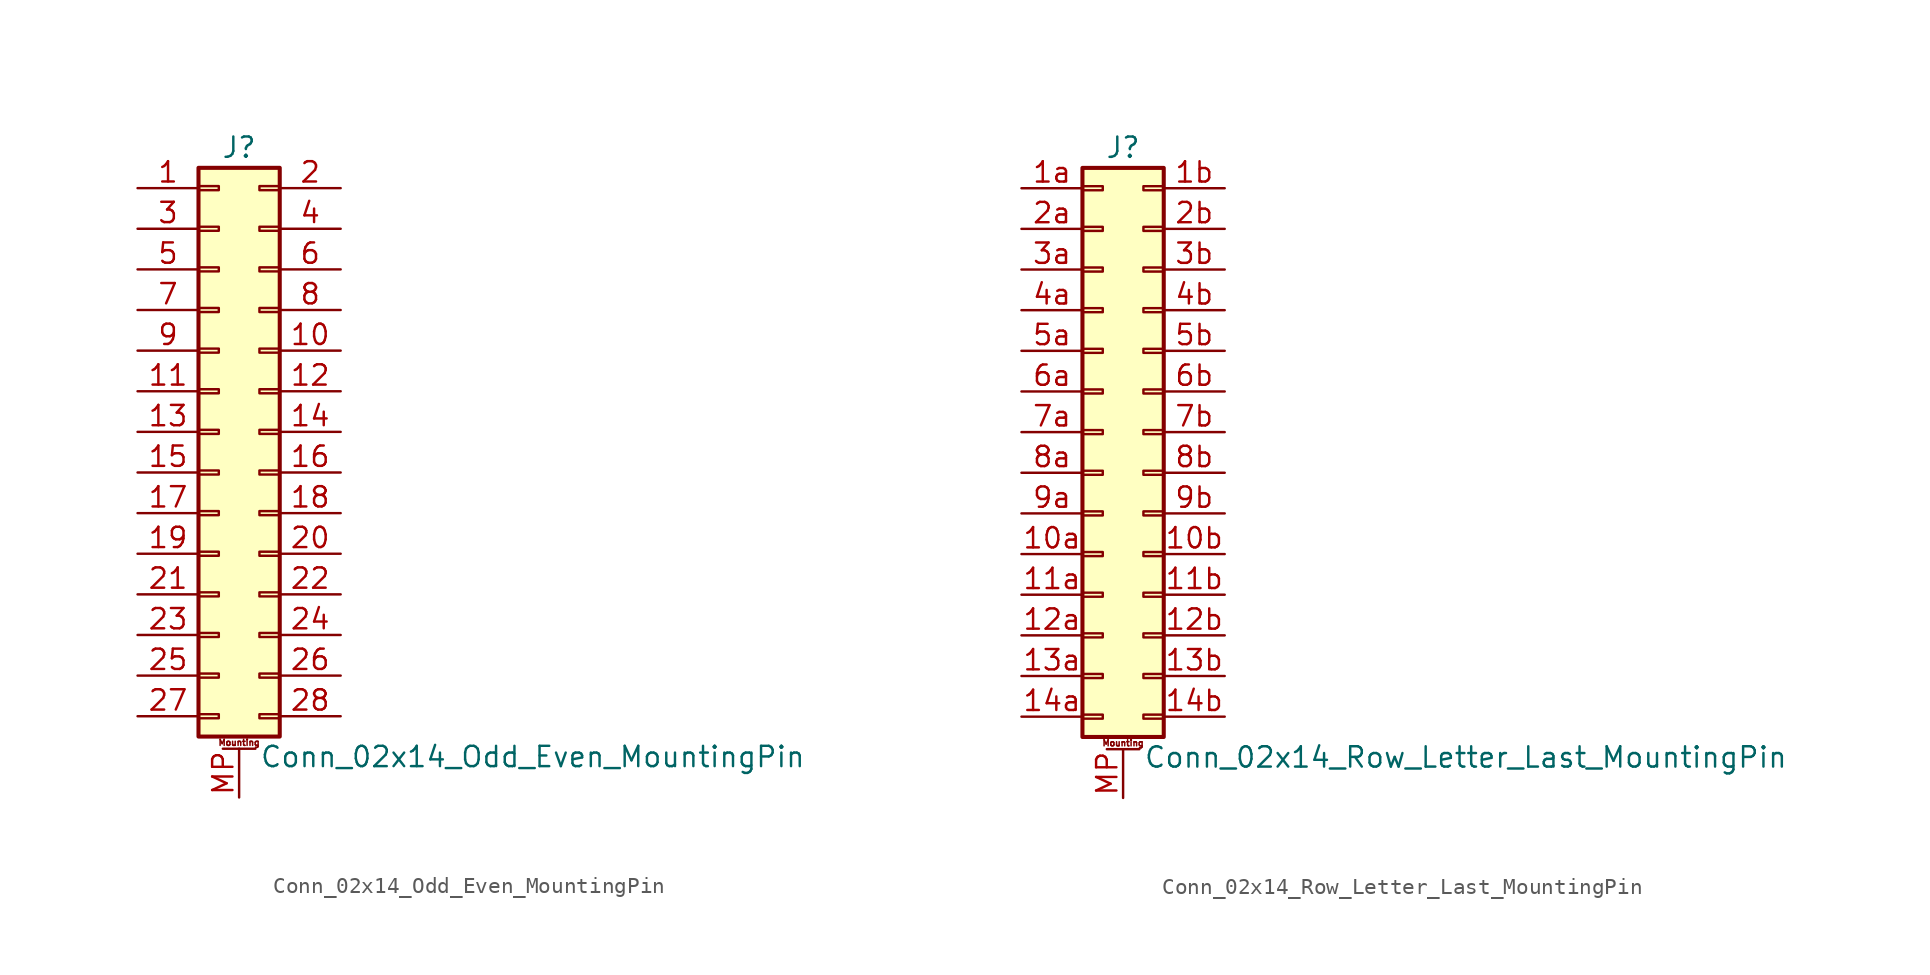
<source format=kicad_sym>
(kicad_symbol_lib
  (version 20201005)
  (generator kicad_symbol_editor)
  (symbol "Conn_02x14_Odd_Even_MountingPin"
    (pin_names
      (offset 1.016) hide)
    (property "Reference" "J"
      (at 1.27 17.78 0)
      (effects (font (size 1.27 1.27))))
    (property "Value" "Conn_02x14_Odd_Even_MountingPin"
      (at 2.54 -20.32 0)
      (effects (font (size 1.27 1.27)) (justify left)))
    (symbol "Conn_02x14_Odd_Even_MountingPin_1_1"
      (text "Mounting" (at 1.27 -19.431 0) (effects (font (size 0.381 0.381))))
      (rectangle (start -1.27 -17.653) (end 0 -17.907) (stroke (width 0.152)) (fill (type none)))
      (rectangle (start -1.27 -15.113) (end 0 -15.367) (stroke (width 0.152)) (fill (type none)))
      (rectangle (start -1.27 -12.573) (end 0 -12.827) (stroke (width 0.152)) (fill (type none)))
      (rectangle (start -1.27 -10.033) (end 0 -10.287) (stroke (width 0.152)) (fill (type none)))
      (rectangle (start -1.27 -7.493) (end 0 -7.747) (stroke (width 0.152)) (fill (type none)))
      (rectangle (start -1.27 -4.953) (end 0 -5.207) (stroke (width 0.152)) (fill (type none)))
      (rectangle (start -1.27 -2.413) (end 0 -2.667) (stroke (width 0.152)) (fill (type none)))
      (rectangle (start -1.27 0.127) (end 0 -0.127) (stroke (width 0.152)) (fill (type none)))
      (rectangle (start -1.27 2.667) (end 0 2.413) (stroke (width 0.152)) (fill (type none)))
      (rectangle (start -1.27 5.207) (end 0 4.953) (stroke (width 0.152)) (fill (type none)))
      (rectangle (start -1.27 7.747) (end 0 7.493) (stroke (width 0.152)) (fill (type none)))
      (rectangle (start -1.27 10.287) (end 0 10.033) (stroke (width 0.152)) (fill (type none)))
      (rectangle (start -1.27 12.827) (end 0 12.573) (stroke (width 0.152)) (fill (type none)))
      (rectangle (start -1.27 15.367) (end 0 15.113) (stroke (width 0.152)) (fill (type none)))
      (rectangle (start -1.27 16.51) (end 3.81 -19.05) (stroke (width 0.254)) (fill (type background)))
      (rectangle (start 3.81 -17.653) (end 2.54 -17.907) (stroke (width 0.152)) (fill (type none)))
      (rectangle (start 3.81 -15.113) (end 2.54 -15.367) (stroke (width 0.152)) (fill (type none)))
      (rectangle (start 3.81 -12.573) (end 2.54 -12.827) (stroke (width 0.152)) (fill (type none)))
      (rectangle (start 3.81 -10.033) (end 2.54 -10.287) (stroke (width 0.152)) (fill (type none)))
      (rectangle (start 3.81 -7.493) (end 2.54 -7.747) (stroke (width 0.152)) (fill (type none)))
      (rectangle (start 3.81 -4.953) (end 2.54 -5.207) (stroke (width 0.152)) (fill (type none)))
      (rectangle (start 3.81 -2.413) (end 2.54 -2.667) (stroke (width 0.152)) (fill (type none)))
      (rectangle (start 3.81 0.127) (end 2.54 -0.127) (stroke (width 0.152)) (fill (type none)))
      (rectangle (start 3.81 2.667) (end 2.54 2.413) (stroke (width 0.152)) (fill (type none)))
      (rectangle (start 3.81 5.207) (end 2.54 4.953) (stroke (width 0.152)) (fill (type none)))
      (rectangle (start 3.81 7.747) (end 2.54 7.493) (stroke (width 0.152)) (fill (type none)))
      (rectangle (start 3.81 10.287) (end 2.54 10.033) (stroke (width 0.152)) (fill (type none)))
      (rectangle (start 3.81 12.827) (end 2.54 12.573) (stroke (width 0.152)) (fill (type none)))
      (rectangle (start 3.81 15.367) (end 2.54 15.113) (stroke (width 0.152)) (fill (type none)))
      (polyline (pts (xy 0.254 -19.812) (xy 2.286 -19.812)) (stroke (width 0.152)) (fill (type none)))
      (pin passive line (at -5.08 15.24 0) (length 3.81) (name "Pin_1" (effects (font (size 1.27 1.27)))) (number "1" (effects (font (size 1.27 1.27)))))
      (pin passive line (at 7.62 5.08 180) (length 3.81) (name "Pin_10" (effects (font (size 1.27 1.27)))) (number "10" (effects (font (size 1.27 1.27)))))
      (pin passive line (at -5.08 2.54 0) (length 3.81) (name "Pin_11" (effects (font (size 1.27 1.27)))) (number "11" (effects (font (size 1.27 1.27)))))
      (pin passive line (at 7.62 2.54 180) (length 3.81) (name "Pin_12" (effects (font (size 1.27 1.27)))) (number "12" (effects (font (size 1.27 1.27)))))
      (pin passive line (at -5.08 0 0) (length 3.81) (name "Pin_13" (effects (font (size 1.27 1.27)))) (number "13" (effects (font (size 1.27 1.27)))))
      (pin passive line (at 7.62 0 180) (length 3.81) (name "Pin_14" (effects (font (size 1.27 1.27)))) (number "14" (effects (font (size 1.27 1.27)))))
      (pin passive line (at -5.08 -2.54 0) (length 3.81) (name "Pin_15" (effects (font (size 1.27 1.27)))) (number "15" (effects (font (size 1.27 1.27)))))
      (pin passive line (at 7.62 -2.54 180) (length 3.81) (name "Pin_16" (effects (font (size 1.27 1.27)))) (number "16" (effects (font (size 1.27 1.27)))))
      (pin passive line (at -5.08 -5.08 0) (length 3.81) (name "Pin_17" (effects (font (size 1.27 1.27)))) (number "17" (effects (font (size 1.27 1.27)))))
      (pin passive line (at 7.62 -5.08 180) (length 3.81) (name "Pin_18" (effects (font (size 1.27 1.27)))) (number "18" (effects (font (size 1.27 1.27)))))
      (pin passive line (at -5.08 -7.62 0) (length 3.81) (name "Pin_19" (effects (font (size 1.27 1.27)))) (number "19" (effects (font (size 1.27 1.27)))))
      (pin passive line (at 7.62 15.24 180) (length 3.81) (name "Pin_2" (effects (font (size 1.27 1.27)))) (number "2" (effects (font (size 1.27 1.27)))))
      (pin passive line (at 7.62 -7.62 180) (length 3.81) (name "Pin_20" (effects (font (size 1.27 1.27)))) (number "20" (effects (font (size 1.27 1.27)))))
      (pin passive line (at -5.08 -10.16 0) (length 3.81) (name "Pin_21" (effects (font (size 1.27 1.27)))) (number "21" (effects (font (size 1.27 1.27)))))
      (pin passive line (at 7.62 -10.16 180) (length 3.81) (name "Pin_22" (effects (font (size 1.27 1.27)))) (number "22" (effects (font (size 1.27 1.27)))))
      (pin passive line (at -5.08 -12.7 0) (length 3.81) (name "Pin_23" (effects (font (size 1.27 1.27)))) (number "23" (effects (font (size 1.27 1.27)))))
      (pin passive line (at 7.62 -12.7 180) (length 3.81) (name "Pin_24" (effects (font (size 1.27 1.27)))) (number "24" (effects (font (size 1.27 1.27)))))
      (pin passive line (at -5.08 -15.24 0) (length 3.81) (name "Pin_25" (effects (font (size 1.27 1.27)))) (number "25" (effects (font (size 1.27 1.27)))))
      (pin passive line (at 7.62 -15.24 180) (length 3.81) (name "Pin_26" (effects (font (size 1.27 1.27)))) (number "26" (effects (font (size 1.27 1.27)))))
      (pin passive line (at -5.08 -17.78 0) (length 3.81) (name "Pin_27" (effects (font (size 1.27 1.27)))) (number "27" (effects (font (size 1.27 1.27)))))
      (pin passive line (at 7.62 -17.78 180) (length 3.81) (name "Pin_28" (effects (font (size 1.27 1.27)))) (number "28" (effects (font (size 1.27 1.27)))))
      (pin passive line (at -5.08 12.7 0) (length 3.81) (name "Pin_3" (effects (font (size 1.27 1.27)))) (number "3" (effects (font (size 1.27 1.27)))))
      (pin passive line (at 7.62 12.7 180) (length 3.81) (name "Pin_4" (effects (font (size 1.27 1.27)))) (number "4" (effects (font (size 1.27 1.27)))))
      (pin passive line (at -5.08 10.16 0) (length 3.81) (name "Pin_5" (effects (font (size 1.27 1.27)))) (number "5" (effects (font (size 1.27 1.27)))))
      (pin passive line (at 7.62 10.16 180) (length 3.81) (name "Pin_6" (effects (font (size 1.27 1.27)))) (number "6" (effects (font (size 1.27 1.27)))))
      (pin passive line (at -5.08 7.62 0) (length 3.81) (name "Pin_7" (effects (font (size 1.27 1.27)))) (number "7" (effects (font (size 1.27 1.27)))))
      (pin passive line (at 7.62 7.62 180) (length 3.81) (name "Pin_8" (effects (font (size 1.27 1.27)))) (number "8" (effects (font (size 1.27 1.27)))))
      (pin passive line (at -5.08 5.08 0) (length 3.81) (name "Pin_9" (effects (font (size 1.27 1.27)))) (number "9" (effects (font (size 1.27 1.27)))))
      (pin passive line (at 1.27 -22.86 90) (length 3.048) (name "MountPin" (effects (font (size 1.27 1.27)))) (number "MP" (effects (font (size 1.27 1.27)))))))
  (symbol "Conn_02x14_Row_Letter_Last_MountingPin"
    (pin_names
      (offset 1.016) hide)
    (property "Reference" "J"
      (at 1.27 17.78 0)
      (effects (font (size 1.27 1.27))))
    (property "Value" "Conn_02x14_Row_Letter_Last_MountingPin"
      (at 2.54 -20.32 0)
      (effects (font (size 1.27 1.27)) (justify left)))
    (symbol "Conn_02x14_Row_Letter_Last_MountingPin_1_1"
      (text "Mounting" (at 1.27 -19.431 0) (effects (font (size 0.381 0.381))))
      (rectangle (start -1.27 -17.653) (end 0 -17.907) (stroke (width 0.152)) (fill (type none)))
      (rectangle (start -1.27 -15.113) (end 0 -15.367) (stroke (width 0.152)) (fill (type none)))
      (rectangle (start -1.27 -12.573) (end 0 -12.827) (stroke (width 0.152)) (fill (type none)))
      (rectangle (start -1.27 -10.033) (end 0 -10.287) (stroke (width 0.152)) (fill (type none)))
      (rectangle (start -1.27 -7.493) (end 0 -7.747) (stroke (width 0.152)) (fill (type none)))
      (rectangle (start -1.27 -4.953) (end 0 -5.207) (stroke (width 0.152)) (fill (type none)))
      (rectangle (start -1.27 -2.413) (end 0 -2.667) (stroke (width 0.152)) (fill (type none)))
      (rectangle (start -1.27 0.127) (end 0 -0.127) (stroke (width 0.152)) (fill (type none)))
      (rectangle (start -1.27 2.667) (end 0 2.413) (stroke (width 0.152)) (fill (type none)))
      (rectangle (start -1.27 5.207) (end 0 4.953) (stroke (width 0.152)) (fill (type none)))
      (rectangle (start -1.27 7.747) (end 0 7.493) (stroke (width 0.152)) (fill (type none)))
      (rectangle (start -1.27 10.287) (end 0 10.033) (stroke (width 0.152)) (fill (type none)))
      (rectangle (start -1.27 12.827) (end 0 12.573) (stroke (width 0.152)) (fill (type none)))
      (rectangle (start -1.27 15.367) (end 0 15.113) (stroke (width 0.152)) (fill (type none)))
      (rectangle (start -1.27 16.51) (end 3.81 -19.05) (stroke (width 0.254)) (fill (type background)))
      (rectangle (start 3.81 -17.653) (end 2.54 -17.907) (stroke (width 0.152)) (fill (type none)))
      (rectangle (start 3.81 -15.113) (end 2.54 -15.367) (stroke (width 0.152)) (fill (type none)))
      (rectangle (start 3.81 -12.573) (end 2.54 -12.827) (stroke (width 0.152)) (fill (type none)))
      (rectangle (start 3.81 -10.033) (end 2.54 -10.287) (stroke (width 0.152)) (fill (type none)))
      (rectangle (start 3.81 -7.493) (end 2.54 -7.747) (stroke (width 0.152)) (fill (type none)))
      (rectangle (start 3.81 -4.953) (end 2.54 -5.207) (stroke (width 0.152)) (fill (type none)))
      (rectangle (start 3.81 -2.413) (end 2.54 -2.667) (stroke (width 0.152)) (fill (type none)))
      (rectangle (start 3.81 0.127) (end 2.54 -0.127) (stroke (width 0.152)) (fill (type none)))
      (rectangle (start 3.81 2.667) (end 2.54 2.413) (stroke (width 0.152)) (fill (type none)))
      (rectangle (start 3.81 5.207) (end 2.54 4.953) (stroke (width 0.152)) (fill (type none)))
      (rectangle (start 3.81 7.747) (end 2.54 7.493) (stroke (width 0.152)) (fill (type none)))
      (rectangle (start 3.81 10.287) (end 2.54 10.033) (stroke (width 0.152)) (fill (type none)))
      (rectangle (start 3.81 12.827) (end 2.54 12.573) (stroke (width 0.152)) (fill (type none)))
      (rectangle (start 3.81 15.367) (end 2.54 15.113) (stroke (width 0.152)) (fill (type none)))
      (polyline (pts (xy 0.254 -19.812) (xy 2.286 -19.812)) (stroke (width 0.152)) (fill (type none)))
      (pin passive line (at -5.08 -7.62 0) (length 3.81) (name "Pin_10a" (effects (font (size 1.27 1.27)))) (number "10a" (effects (font (size 1.27 1.27)))))
      (pin passive line (at 7.62 -7.62 180) (length 3.81) (name "Pin_10b" (effects (font (size 1.27 1.27)))) (number "10b" (effects (font (size 1.27 1.27)))))
      (pin passive line (at -5.08 -10.16 0) (length 3.81) (name "Pin_11a" (effects (font (size 1.27 1.27)))) (number "11a" (effects (font (size 1.27 1.27)))))
      (pin passive line (at 7.62 -10.16 180) (length 3.81) (name "Pin_11b" (effects (font (size 1.27 1.27)))) (number "11b" (effects (font (size 1.27 1.27)))))
      (pin passive line (at -5.08 -12.7 0) (length 3.81) (name "Pin_12a" (effects (font (size 1.27 1.27)))) (number "12a" (effects (font (size 1.27 1.27)))))
      (pin passive line (at 7.62 -12.7 180) (length 3.81) (name "Pin_12b" (effects (font (size 1.27 1.27)))) (number "12b" (effects (font (size 1.27 1.27)))))
      (pin passive line (at -5.08 -15.24 0) (length 3.81) (name "Pin_13a" (effects (font (size 1.27 1.27)))) (number "13a" (effects (font (size 1.27 1.27)))))
      (pin passive line (at 7.62 -15.24 180) (length 3.81) (name "Pin_13b" (effects (font (size 1.27 1.27)))) (number "13b" (effects (font (size 1.27 1.27)))))
      (pin passive line (at -5.08 -17.78 0) (length 3.81) (name "Pin_14a" (effects (font (size 1.27 1.27)))) (number "14a" (effects (font (size 1.27 1.27)))))
      (pin passive line (at 7.62 -17.78 180) (length 3.81) (name "Pin_14b" (effects (font (size 1.27 1.27)))) (number "14b" (effects (font (size 1.27 1.27)))))
      (pin passive line (at -5.08 15.24 0) (length 3.81) (name "Pin_1a" (effects (font (size 1.27 1.27)))) (number "1a" (effects (font (size 1.27 1.27)))))
      (pin passive line (at 7.62 15.24 180) (length 3.81) (name "Pin_1b" (effects (font (size 1.27 1.27)))) (number "1b" (effects (font (size 1.27 1.27)))))
      (pin passive line (at -5.08 12.7 0) (length 3.81) (name "Pin_2a" (effects (font (size 1.27 1.27)))) (number "2a" (effects (font (size 1.27 1.27)))))
      (pin passive line (at 7.62 12.7 180) (length 3.81) (name "Pin_2b" (effects (font (size 1.27 1.27)))) (number "2b" (effects (font (size 1.27 1.27)))))
      (pin passive line (at -5.08 10.16 0) (length 3.81) (name "Pin_3a" (effects (font (size 1.27 1.27)))) (number "3a" (effects (font (size 1.27 1.27)))))
      (pin passive line (at 7.62 10.16 180) (length 3.81) (name "Pin_3b" (effects (font (size 1.27 1.27)))) (number "3b" (effects (font (size 1.27 1.27)))))
      (pin passive line (at -5.08 7.62 0) (length 3.81) (name "Pin_4a" (effects (font (size 1.27 1.27)))) (number "4a" (effects (font (size 1.27 1.27)))))
      (pin passive line (at 7.62 7.62 180) (length 3.81) (name "Pin_4b" (effects (font (size 1.27 1.27)))) (number "4b" (effects (font (size 1.27 1.27)))))
      (pin passive line (at -5.08 5.08 0) (length 3.81) (name "Pin_5a" (effects (font (size 1.27 1.27)))) (number "5a" (effects (font (size 1.27 1.27)))))
      (pin passive line (at 7.62 5.08 180) (length 3.81) (name "Pin_5b" (effects (font (size 1.27 1.27)))) (number "5b" (effects (font (size 1.27 1.27)))))
      (pin passive line (at -5.08 2.54 0) (length 3.81) (name "Pin_6a" (effects (font (size 1.27 1.27)))) (number "6a" (effects (font (size 1.27 1.27)))))
      (pin passive line (at 7.62 2.54 180) (length 3.81) (name "Pin_6b" (effects (font (size 1.27 1.27)))) (number "6b" (effects (font (size 1.27 1.27)))))
      (pin passive line (at -5.08 0 0) (length 3.81) (name "Pin_7a" (effects (font (size 1.27 1.27)))) (number "7a" (effects (font (size 1.27 1.27)))))
      (pin passive line (at 7.62 0 180) (length 3.81) (name "Pin_7b" (effects (font (size 1.27 1.27)))) (number "7b" (effects (font (size 1.27 1.27)))))
      (pin passive line (at -5.08 -2.54 0) (length 3.81) (name "Pin_8a" (effects (font (size 1.27 1.27)))) (number "8a" (effects (font (size 1.27 1.27)))))
      (pin passive line (at 7.62 -2.54 180) (length 3.81) (name "Pin_8b" (effects (font (size 1.27 1.27)))) (number "8b" (effects (font (size 1.27 1.27)))))
      (pin passive line (at -5.08 -5.08 0) (length 3.81) (name "Pin_9a" (effects (font (size 1.27 1.27)))) (number "9a" (effects (font (size 1.27 1.27)))))
      (pin passive line (at 7.62 -5.08 180) (length 3.81) (name "Pin_9b" (effects (font (size 1.27 1.27)))) (number "9b" (effects (font (size 1.27 1.27)))))
      (pin passive line (at 1.27 -22.86 90) (length 3.048) (name "MountPin" (effects (font (size 1.27 1.27)))) (number "MP" (effects (font (size 1.27 1.27))))))))
</source>
